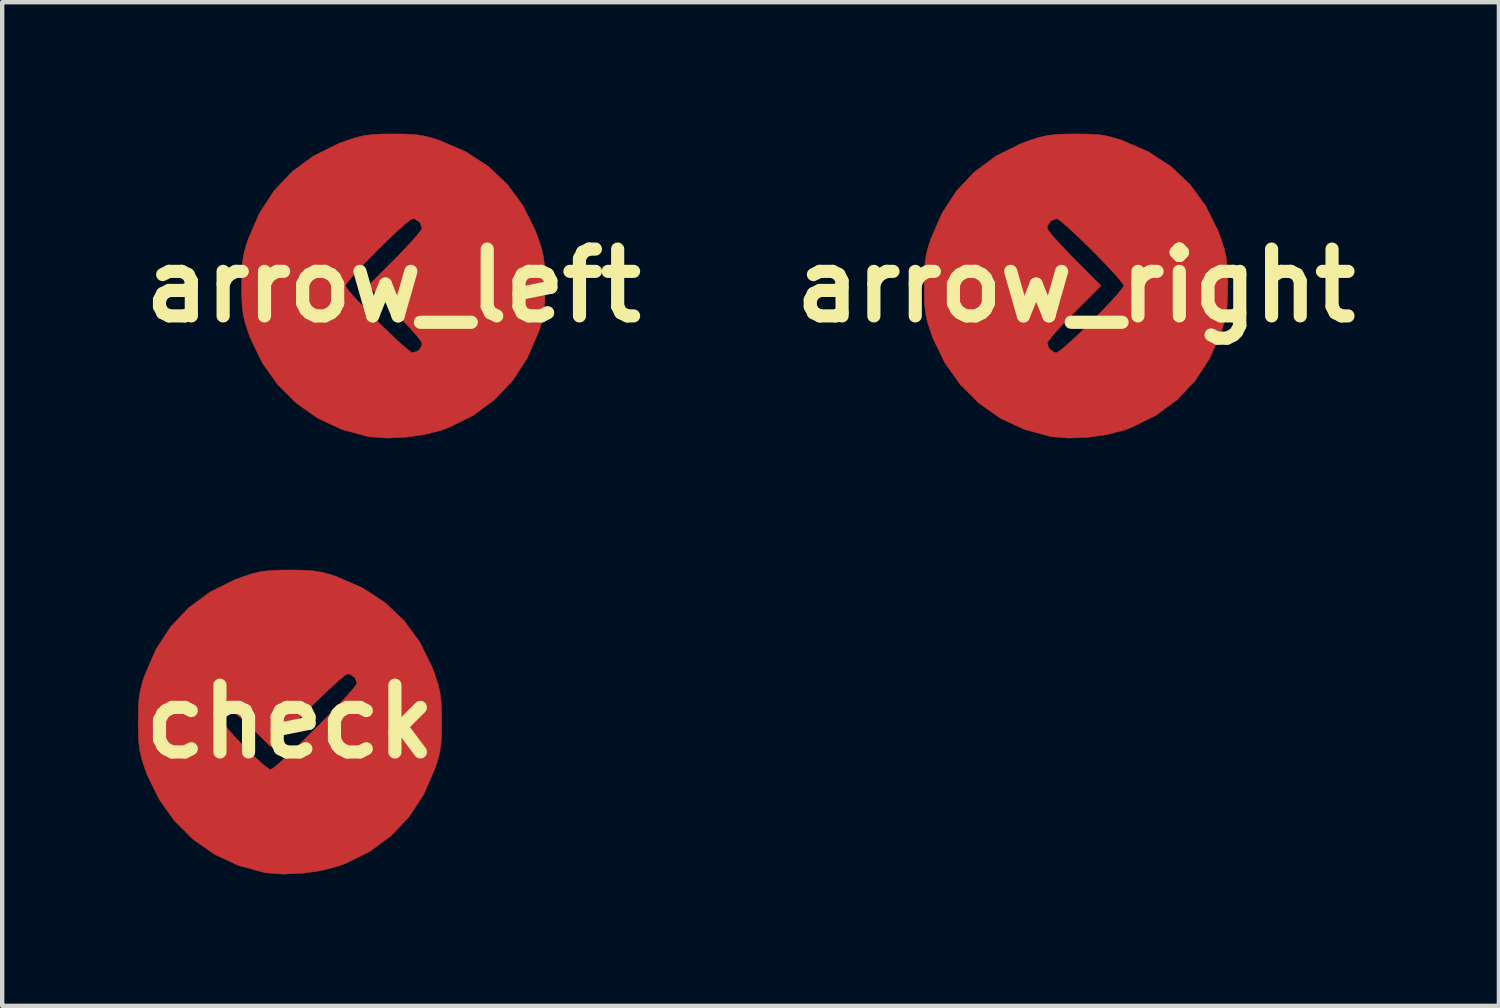
<source format=kicad_pcb>
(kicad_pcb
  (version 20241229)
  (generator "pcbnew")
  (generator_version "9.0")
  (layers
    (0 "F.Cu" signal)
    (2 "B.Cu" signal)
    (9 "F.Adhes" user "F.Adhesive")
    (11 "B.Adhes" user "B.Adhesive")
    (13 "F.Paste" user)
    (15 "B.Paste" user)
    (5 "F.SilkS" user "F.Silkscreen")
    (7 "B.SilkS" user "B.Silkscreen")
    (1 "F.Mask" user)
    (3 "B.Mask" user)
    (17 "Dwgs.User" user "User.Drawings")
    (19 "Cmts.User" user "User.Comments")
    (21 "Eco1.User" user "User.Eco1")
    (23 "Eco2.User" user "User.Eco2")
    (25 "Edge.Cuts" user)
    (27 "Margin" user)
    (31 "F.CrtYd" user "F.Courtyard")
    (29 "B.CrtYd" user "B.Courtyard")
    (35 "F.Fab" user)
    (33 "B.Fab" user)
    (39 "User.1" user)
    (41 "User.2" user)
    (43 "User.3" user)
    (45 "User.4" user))
  (footprint "check"
    (layer "F.Cu")
    (at 3.563 13.412)
    (property "Reference" "check" (at 0 0 0) (layer "F.SilkS") (effects (font (size 1.524 1.524) (thickness 0.3))))
    (attr through_hole)
    (fp_poly (pts (xy 0.299 -3.457) (xy 0.527 -3.443) (xy 0.718 -3.412) (xy 0.912 -3.361) (xy 1.065 -3.31) (xy 1.653 -3.055) (xy 2.165 -2.721) (xy 2.601 -2.309) (xy 2.96 -1.819) (xy 3.24 -1.255) (xy 3.31 -1.065) (xy 3.38 -0.849) (xy 3.424 -0.66) (xy 3.449 -0.461) (xy 3.459 -0.215) (xy 3.461 0) (xy 3.457 0.299) (xy 3.443 0.527) (xy 3.412 0.718) (xy 3.361 0.912) (xy 3.31 1.065) (xy 3.055 1.651) (xy 2.72 2.165) (xy 2.309 2.601) (xy 1.824 2.958) (xy 1.269 3.233) (xy 1.081 3.301) (xy 0.699 3.399) (xy 0.272 3.458) (xy -0.155 3.476) (xy -0.537 3.447) (xy -0.583 3.44) (xy -1.176 3.279) (xy -1.721 3.025) (xy -2.211 2.682) (xy -2.636 2.259) (xy -2.988 1.763) (xy -3.261 1.201) (xy -3.31 1.065) (xy -3.38 0.849) (xy -3.424 0.66) (xy -3.449 0.461) (xy -3.459 0.215) (xy -3.461 0) (xy -3.461 -0.004) (xy -1.529 -0.004) (xy -1.492 0.068) (xy -1.391 0.194) (xy -1.245 0.357) (xy -1.071 0.538) (xy -0.889 0.719) (xy -0.715 0.882) (xy -0.569 1.009) (xy -0.467 1.082) (xy -0.439 1.092) (xy -0.378 1.055) (xy -0.253 0.951) (xy -0.075 0.789) (xy 0.146 0.582) (xy 0.396 0.339) (xy 0.587 0.151) (xy 0.849 -0.114) (xy 1.083 -0.357) (xy 1.278 -0.567) (xy 1.424 -0.732) (xy 1.51 -0.84) (xy 1.529 -0.876) (xy 1.483 -1.002) (xy 1.371 -1.083) (xy 1.314 -1.092) (xy 1.252 -1.055) (xy 1.126 -0.951) (xy 0.949 -0.792) (xy 0.733 -0.589) (xy 0.49 -0.353) (xy 0.397 -0.26) (xy -0.436 0.572) (xy -0.834 0.177) (xy -1.008 0.011) (xy -1.162 -0.121) (xy -1.273 -0.201) (xy -1.315 -0.218) (xy -1.44 -0.171) (xy -1.52 -0.06) (xy -1.529 -0.004) (xy -3.461 -0.004) (xy -3.457 -0.299) (xy -3.443 -0.527) (xy -3.412 -0.718) (xy -3.361 -0.912) (xy -3.31 -1.065) (xy -3.055 -1.653) (xy -2.721 -2.165) (xy -2.309 -2.601) (xy -1.819 -2.96) (xy -1.255 -3.24) (xy -1.065 -3.31) (xy -0.849 -3.38) (xy -0.66 -3.424) (xy -0.461 -3.449) (xy -0.215 -3.459) (xy 0 -3.461) (xy 0.299 -3.457)) (stroke (width 0.01) (type solid)) (fill yes) (layer "F.Cu"))
    (fp_poly (pts (xy 0.299 -3.457) (xy 0.527 -3.443) (xy 0.718 -3.412) (xy 0.912 -3.361) (xy 1.065 -3.31) (xy 1.653 -3.055) (xy 2.165 -2.721) (xy 2.601 -2.309) (xy 2.96 -1.819) (xy 3.24 -1.255) (xy 3.31 -1.065) (xy 3.38 -0.849) (xy 3.424 -0.66) (xy 3.449 -0.461) (xy 3.459 -0.215) (xy 3.461 0) (xy 3.457 0.299) (xy 3.443 0.527) (xy 3.412 0.718) (xy 3.361 0.912) (xy 3.31 1.065) (xy 3.055 1.651) (xy 2.72 2.165) (xy 2.309 2.601) (xy 1.824 2.958) (xy 1.269 3.233) (xy 1.081 3.301) (xy 0.699 3.399) (xy 0.272 3.458) (xy -0.155 3.476) (xy -0.537 3.447) (xy -0.583 3.44) (xy -1.176 3.279) (xy -1.721 3.025) (xy -2.211 2.682) (xy -2.636 2.259) (xy -2.988 1.763) (xy -3.261 1.201) (xy -3.31 1.065) (xy -3.38 0.849) (xy -3.424 0.66) (xy -3.449 0.461) (xy -3.459 0.215) (xy -3.461 0) (xy -3.461 -0.004) (xy -1.529 -0.004) (xy -1.492 0.068) (xy -1.391 0.194) (xy -1.245 0.357) (xy -1.071 0.538) (xy -0.889 0.719) (xy -0.715 0.882) (xy -0.569 1.009) (xy -0.467 1.082) (xy -0.439 1.092) (xy -0.378 1.055) (xy -0.253 0.951) (xy -0.075 0.789) (xy 0.146 0.582) (xy 0.396 0.339) (xy 0.587 0.151) (xy 0.849 -0.114) (xy 1.083 -0.357) (xy 1.278 -0.567) (xy 1.424 -0.732) (xy 1.51 -0.84) (xy 1.529 -0.876) (xy 1.483 -1.002) (xy 1.371 -1.083) (xy 1.314 -1.092) (xy 1.252 -1.055) (xy 1.126 -0.951) (xy 0.949 -0.792) (xy 0.733 -0.589) (xy 0.49 -0.353) (xy 0.397 -0.26) (xy -0.436 0.572) (xy -0.834 0.177) (xy -1.008 0.011) (xy -1.162 -0.121) (xy -1.273 -0.201) (xy -1.315 -0.218) (xy -1.44 -0.171) (xy -1.52 -0.06) (xy -1.529 -0.004) (xy -3.461 -0.004) (xy -3.457 -0.299) (xy -3.443 -0.527) (xy -3.412 -0.718) (xy -3.361 -0.912) (xy -3.31 -1.065) (xy -3.055 -1.653) (xy -2.721 -2.165) (xy -2.309 -2.601) (xy -1.819 -2.96) (xy -1.255 -3.24) (xy -1.065 -3.31) (xy -0.849 -3.38) (xy -0.66 -3.424) (xy -0.461 -3.449) (xy -0.215 -3.459) (xy 0 -3.461) (xy 0.299 -3.457)) (stroke (width 0.01) (type solid)) (fill yes) (layer "F.Mask"))
    (pad "1" connect circle (at 2 1) (size 1.524 1.524) (layers "F.Cu" "F.Mask")))
  (footprint "arrow_right"
    (layer "F.Cu")
    (at 21.491 3.466)
    (property "Reference" "arrow_right" (at 0 0 0) (layer "F.SilkS") (effects (font (size 1.524 1.524) (thickness 0.3))))
    (attr through_hole)
    (fp_poly (pts (xy 0.299 -3.457) (xy 0.527 -3.443) (xy 0.718 -3.412) (xy 0.912 -3.361) (xy 1.065 -3.31) (xy 1.653 -3.055) (xy 2.165 -2.721) (xy 2.601 -2.309) (xy 2.96 -1.819) (xy 3.24 -1.255) (xy 3.31 -1.065) (xy 3.38 -0.849) (xy 3.424 -0.66) (xy 3.449 -0.461) (xy 3.459 -0.215) (xy 3.461 0) (xy 3.457 0.299) (xy 3.443 0.527) (xy 3.412 0.718) (xy 3.361 0.912) (xy 3.31 1.065) (xy 3.055 1.651) (xy 2.72 2.165) (xy 2.309 2.601) (xy 1.824 2.958) (xy 1.269 3.233) (xy 1.081 3.301) (xy 0.699 3.399) (xy 0.272 3.458) (xy -0.155 3.476) (xy -0.537 3.447) (xy -0.583 3.44) (xy -1.176 3.279) (xy -1.721 3.025) (xy -2.211 2.682) (xy -2.636 2.259) (xy -2.988 1.763) (xy -3.261 1.201) (xy -3.31 1.065) (xy -3.38 0.849) (xy -3.424 0.66) (xy -3.449 0.461) (xy -3.459 0.215) (xy -3.461 0) (xy -3.457 -0.299) (xy -3.443 -0.527) (xy -3.412 -0.718) (xy -3.361 -0.912) (xy -3.31 -1.065) (xy -3.202 -1.315) (xy -0.655 -1.315) (xy -0.619 -1.249) (xy -0.517 -1.122) (xy -0.363 -0.95) (xy -0.17 -0.746) (xy -0.042 -0.615) (xy 0.572 0) (xy -0.042 0.615) (xy -0.251 0.83) (xy -0.43 1.023) (xy -0.564 1.179) (xy -0.642 1.283) (xy -0.655 1.315) (xy -0.608 1.44) (xy -0.497 1.52) (xy -0.44 1.529) (xy -0.377 1.492) (xy -0.251 1.389) (xy -0.075 1.232) (xy 0.136 1.034) (xy 0.368 0.806) (xy 0.596 0.574) (xy 0.795 0.364) (xy 0.952 0.19) (xy 1.055 0.064) (xy 1.092 0.001) (xy 1.055 -0.065) (xy 0.952 -0.19) (xy 0.799 -0.36) (xy 0.61 -0.559) (xy 0.401 -0.772) (xy 0.187 -0.984) (xy -0.018 -1.18) (xy -0.199 -1.346) (xy -0.339 -1.466) (xy -0.426 -1.526) (xy -0.439 -1.529) (xy -0.565 -1.483) (xy -0.646 -1.371) (xy -0.655 -1.315) (xy -3.202 -1.315) (xy -3.055 -1.653) (xy -2.721 -2.165) (xy -2.309 -2.601) (xy -1.819 -2.96) (xy -1.255 -3.24) (xy -1.065 -3.31) (xy -0.849 -3.38) (xy -0.66 -3.424) (xy -0.461 -3.449) (xy -0.215 -3.459) (xy 0 -3.461) (xy 0.299 -3.457)) (stroke (width 0.01) (type solid)) (fill yes) (layer "F.Cu"))
    (fp_poly (pts (xy 0.299 -3.457) (xy 0.527 -3.443) (xy 0.718 -3.412) (xy 0.912 -3.361) (xy 1.065 -3.31) (xy 1.653 -3.055) (xy 2.165 -2.721) (xy 2.601 -2.309) (xy 2.96 -1.819) (xy 3.24 -1.255) (xy 3.31 -1.065) (xy 3.38 -0.849) (xy 3.424 -0.66) (xy 3.449 -0.461) (xy 3.459 -0.215) (xy 3.461 0) (xy 3.457 0.299) (xy 3.443 0.527) (xy 3.412 0.718) (xy 3.361 0.912) (xy 3.31 1.065) (xy 3.055 1.651) (xy 2.72 2.165) (xy 2.309 2.601) (xy 1.824 2.958) (xy 1.269 3.233) (xy 1.081 3.301) (xy 0.699 3.399) (xy 0.272 3.458) (xy -0.155 3.476) (xy -0.537 3.447) (xy -0.583 3.44) (xy -1.176 3.279) (xy -1.721 3.025) (xy -2.211 2.682) (xy -2.636 2.259) (xy -2.988 1.763) (xy -3.261 1.201) (xy -3.31 1.065) (xy -3.38 0.849) (xy -3.424 0.66) (xy -3.449 0.461) (xy -3.459 0.215) (xy -3.461 0) (xy -3.457 -0.299) (xy -3.443 -0.527) (xy -3.412 -0.718) (xy -3.361 -0.912) (xy -3.31 -1.065) (xy -3.202 -1.315) (xy -0.655 -1.315) (xy -0.619 -1.249) (xy -0.517 -1.122) (xy -0.363 -0.95) (xy -0.17 -0.746) (xy -0.042 -0.615) (xy 0.572 0) (xy -0.042 0.615) (xy -0.251 0.83) (xy -0.43 1.023) (xy -0.564 1.179) (xy -0.642 1.283) (xy -0.655 1.315) (xy -0.608 1.44) (xy -0.497 1.52) (xy -0.44 1.529) (xy -0.377 1.492) (xy -0.251 1.389) (xy -0.075 1.232) (xy 0.136 1.034) (xy 0.368 0.806) (xy 0.596 0.574) (xy 0.795 0.364) (xy 0.952 0.19) (xy 1.055 0.064) (xy 1.092 0.001) (xy 1.055 -0.065) (xy 0.952 -0.19) (xy 0.799 -0.36) (xy 0.61 -0.559) (xy 0.401 -0.772) (xy 0.187 -0.984) (xy -0.018 -1.18) (xy -0.199 -1.346) (xy -0.339 -1.466) (xy -0.426 -1.526) (xy -0.439 -1.529) (xy -0.565 -1.483) (xy -0.646 -1.371) (xy -0.655 -1.315) (xy -3.202 -1.315) (xy -3.055 -1.653) (xy -2.721 -2.165) (xy -2.309 -2.601) (xy -1.819 -2.96) (xy -1.255 -3.24) (xy -1.065 -3.31) (xy -0.849 -3.38) (xy -0.66 -3.424) (xy -0.461 -3.449) (xy -0.215 -3.459) (xy 0 -3.461) (xy 0.299 -3.457)) (stroke (width 0.01) (type solid)) (fill yes) (layer "F.Mask"))
    (pad "1" connect circle (at 2 1) (size 1.524 1.524) (layers "F.Cu" "F.Mask")))
  (footprint "arrow_left"
    (layer "F.Cu")
    (at 5.922 3.466)
    (property "Reference" "arrow_left" (at 0 0 0) (layer "F.SilkS") (effects (font (size 1.524 1.524) (thickness 0.3))))
    (attr through_hole)
    (fp_poly (pts (xy 0.299 -3.457) (xy 0.527 -3.443) (xy 0.718 -3.412) (xy 0.912 -3.361) (xy 1.065 -3.31) (xy 1.653 -3.055) (xy 2.165 -2.721) (xy 2.601 -2.309) (xy 2.96 -1.819) (xy 3.24 -1.255) (xy 3.31 -1.065) (xy 3.38 -0.849) (xy 3.424 -0.66) (xy 3.449 -0.461) (xy 3.459 -0.215) (xy 3.461 0) (xy 3.457 0.299) (xy 3.443 0.527) (xy 3.412 0.718) (xy 3.361 0.912) (xy 3.31 1.065) (xy 3.055 1.651) (xy 2.72 2.165) (xy 2.309 2.601) (xy 1.824 2.958) (xy 1.269 3.233) (xy 1.081 3.301) (xy 0.699 3.399) (xy 0.272 3.458) (xy -0.155 3.476) (xy -0.537 3.447) (xy -0.583 3.44) (xy -1.176 3.279) (xy -1.721 3.025) (xy -2.211 2.682) (xy -2.636 2.259) (xy -2.988 1.763) (xy -3.261 1.201) (xy -3.31 1.065) (xy -3.38 0.849) (xy -3.424 0.66) (xy -3.449 0.461) (xy -3.459 0.215) (xy -3.461 0) (xy -1.092 0) (xy -1.055 0.066) (xy -0.952 0.191) (xy -0.799 0.36) (xy -0.61 0.559) (xy -0.401 0.772) (xy -0.186 0.984) (xy 0.018 1.18) (xy 0.199 1.346) (xy 0.339 1.466) (xy 0.426 1.526) (xy 0.439 1.529) (xy 0.552 1.493) (xy 0.59 1.464) (xy 0.649 1.359) (xy 0.655 1.315) (xy 0.619 1.249) (xy 0.517 1.122) (xy 0.363 0.95) (xy 0.17 0.746) (xy 0.042 0.615) (xy -0.572 0) (xy 0.042 -0.615) (xy 0.251 -0.83) (xy 0.43 -1.023) (xy 0.564 -1.179) (xy 0.642 -1.283) (xy 0.655 -1.315) (xy 0.608 -1.44) (xy 0.496 -1.52) (xy 0.439 -1.529) (xy 0.373 -1.492) (xy 0.248 -1.389) (xy 0.078 -1.236) (xy -0.121 -1.048) (xy -0.334 -0.839) (xy -0.546 -0.625) (xy -0.743 -0.42) (xy -0.909 -0.24) (xy -1.029 -0.099) (xy -1.089 -0.013) (xy -1.092 0) (xy -3.461 0) (xy -3.457 -0.299) (xy -3.443 -0.527) (xy -3.412 -0.718) (xy -3.361 -0.912) (xy -3.31 -1.065) (xy -3.055 -1.653) (xy -2.721 -2.165) (xy -2.309 -2.601) (xy -1.819 -2.96) (xy -1.255 -3.24) (xy -1.065 -3.31) (xy -0.849 -3.38) (xy -0.66 -3.424) (xy -0.461 -3.449) (xy -0.215 -3.459) (xy 0 -3.461) (xy 0.299 -3.457)) (stroke (width 0.01) (type solid)) (fill yes) (layer "F.Cu"))
    (fp_poly (pts (xy 0.299 -3.457) (xy 0.527 -3.443) (xy 0.718 -3.412) (xy 0.912 -3.361) (xy 1.065 -3.31) (xy 1.653 -3.055) (xy 2.165 -2.721) (xy 2.601 -2.309) (xy 2.96 -1.819) (xy 3.24 -1.255) (xy 3.31 -1.065) (xy 3.38 -0.849) (xy 3.424 -0.66) (xy 3.449 -0.461) (xy 3.459 -0.215) (xy 3.461 0) (xy 3.457 0.299) (xy 3.443 0.527) (xy 3.412 0.718) (xy 3.361 0.912) (xy 3.31 1.065) (xy 3.055 1.651) (xy 2.72 2.165) (xy 2.309 2.601) (xy 1.824 2.958) (xy 1.269 3.233) (xy 1.081 3.301) (xy 0.699 3.399) (xy 0.272 3.458) (xy -0.155 3.476) (xy -0.537 3.447) (xy -0.583 3.44) (xy -1.176 3.279) (xy -1.721 3.025) (xy -2.211 2.682) (xy -2.636 2.259) (xy -2.988 1.763) (xy -3.261 1.201) (xy -3.31 1.065) (xy -3.38 0.849) (xy -3.424 0.66) (xy -3.449 0.461) (xy -3.459 0.215) (xy -3.461 0) (xy -1.092 0) (xy -1.055 0.066) (xy -0.952 0.191) (xy -0.799 0.36) (xy -0.61 0.559) (xy -0.401 0.772) (xy -0.186 0.984) (xy 0.018 1.18) (xy 0.199 1.346) (xy 0.339 1.466) (xy 0.426 1.526) (xy 0.439 1.529) (xy 0.552 1.493) (xy 0.59 1.464) (xy 0.649 1.359) (xy 0.655 1.315) (xy 0.619 1.249) (xy 0.517 1.122) (xy 0.363 0.95) (xy 0.17 0.746) (xy 0.042 0.615) (xy -0.572 0) (xy 0.042 -0.615) (xy 0.251 -0.83) (xy 0.43 -1.023) (xy 0.564 -1.179) (xy 0.642 -1.283) (xy 0.655 -1.315) (xy 0.608 -1.44) (xy 0.496 -1.52) (xy 0.439 -1.529) (xy 0.373 -1.492) (xy 0.248 -1.389) (xy 0.078 -1.236) (xy -0.121 -1.048) (xy -0.334 -0.839) (xy -0.546 -0.625) (xy -0.743 -0.42) (xy -0.909 -0.24) (xy -1.029 -0.099) (xy -1.089 -0.013) (xy -1.092 0) (xy -3.461 0) (xy -3.457 -0.299) (xy -3.443 -0.527) (xy -3.412 -0.718) (xy -3.361 -0.912) (xy -3.31 -1.065) (xy -3.055 -1.653) (xy -2.721 -2.165) (xy -2.309 -2.601) (xy -1.819 -2.96) (xy -1.255 -3.24) (xy -1.065 -3.31) (xy -0.849 -3.38) (xy -0.66 -3.424) (xy -0.461 -3.449) (xy -0.215 -3.459) (xy 0 -3.461) (xy 0.299 -3.457)) (stroke (width 0.01) (type solid)) (fill yes) (layer "F.Mask"))
    (pad "1" connect circle (at 2 0) (size 1.524 1.524) (layers "F.Cu" "F.Mask")))
  (gr_rect
    (start -3 -3)
    (end 31.139 19.893)
    (stroke (width 0.1) (type default))
    (fill no)
    (layer "Edge.Cuts")))
</source>
